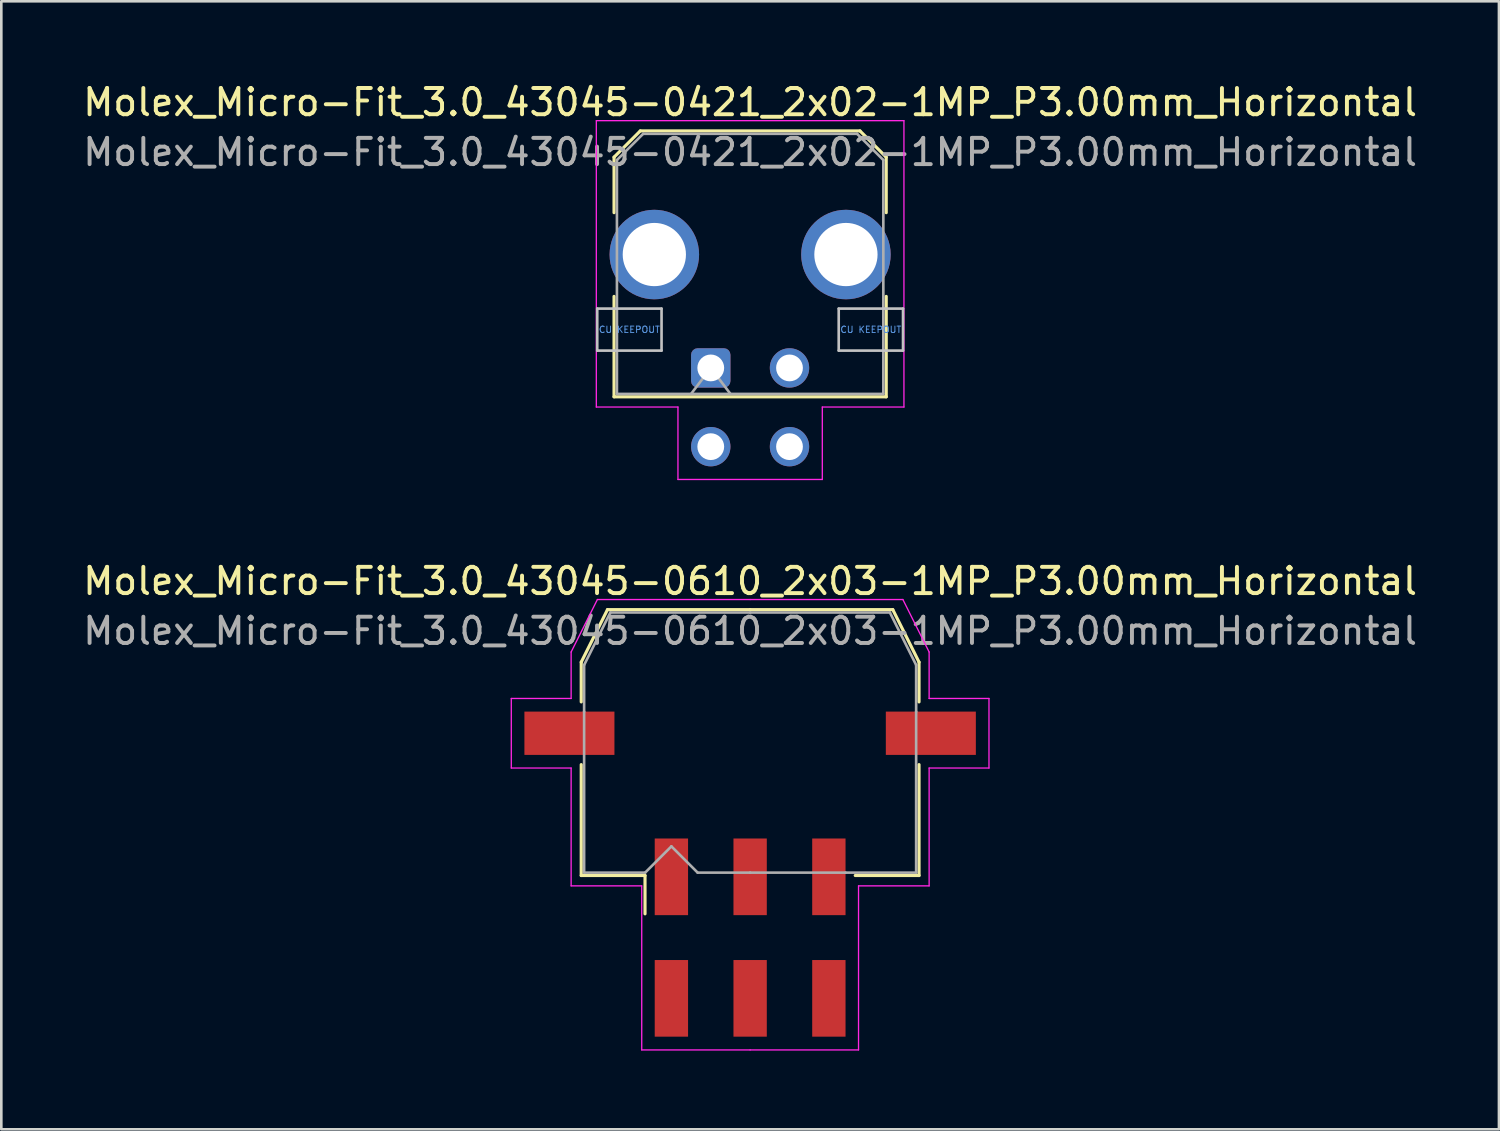
<source format=kicad_pcb>
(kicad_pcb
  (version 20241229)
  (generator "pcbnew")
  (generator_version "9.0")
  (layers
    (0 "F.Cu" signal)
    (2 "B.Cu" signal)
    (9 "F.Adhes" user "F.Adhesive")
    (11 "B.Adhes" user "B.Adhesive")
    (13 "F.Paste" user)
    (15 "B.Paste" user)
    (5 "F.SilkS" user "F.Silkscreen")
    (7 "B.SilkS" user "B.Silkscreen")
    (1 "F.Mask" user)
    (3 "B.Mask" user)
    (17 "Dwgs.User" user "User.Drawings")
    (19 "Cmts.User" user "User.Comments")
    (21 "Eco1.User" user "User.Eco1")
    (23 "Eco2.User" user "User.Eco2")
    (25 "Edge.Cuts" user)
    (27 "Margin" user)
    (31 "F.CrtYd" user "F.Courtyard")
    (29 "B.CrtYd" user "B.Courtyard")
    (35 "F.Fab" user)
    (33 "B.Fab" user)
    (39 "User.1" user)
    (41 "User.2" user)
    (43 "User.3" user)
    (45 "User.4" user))
  (footprint "Molex_Micro-Fit_3.0_43045-0421_2x02-1MP_P3.00mm_Horizontal"
    (layer "F.Cu")
    (at 24.03 10.968)
    (property "Reference" "Molex_Micro-Fit_3.0_43045-0421_2x02-1MP_P3.00mm_Horizontal" (at 1.5 -10.12 0) (layer "F.SilkS") (effects (font (size 1 1) (thickness 0.15))))
    (attr through_hole)
    (fp_line (start -3.685 -8.03) (end -2.685 -9.03) (stroke (width 0.12) (type solid)) (layer "F.SilkS"))
    (fp_line (start -3.685 -5.915) (end -3.685 -8.03) (stroke (width 0.12) (type solid)) (layer "F.SilkS"))
    (fp_line (start -3.685 -2.725) (end -3.685 1.1) (stroke (width 0.12) (type solid)) (layer "F.SilkS"))
    (fp_line (start -3.685 1.1) (end 6.685 1.1) (stroke (width 0.12) (type solid)) (layer "F.SilkS"))
    (fp_line (start -2.685 -9.03) (end 5.685 -9.03) (stroke (width 0.12) (type solid)) (layer "F.SilkS"))
    (fp_line (start 5.685 -9.03) (end 6.685 -8.03) (stroke (width 0.12) (type solid)) (layer "F.SilkS"))
    (fp_line (start 6.685 -8.03) (end 6.685 -5.915) (stroke (width 0.12) (type solid)) (layer "F.SilkS"))
    (fp_line (start 6.685 1.1) (end 6.685 -2.725) (stroke (width 0.12) (type solid)) (layer "F.SilkS"))
    (fp_line (start -4.325 -2.26) (end -4.325 -0.66) (stroke (width 0.1) (type solid)) (layer "Dwgs.User"))
    (fp_line (start -4.325 -0.66) (end -1.875 -0.66) (stroke (width 0.1) (type solid)) (layer "Dwgs.User"))
    (fp_line (start -1.875 -2.26) (end -4.325 -2.26) (stroke (width 0.1) (type solid)) (layer "Dwgs.User"))
    (fp_line (start -1.875 -0.66) (end -1.875 -2.26) (stroke (width 0.1) (type solid)) (layer "Dwgs.User"))
    (fp_line (start 4.875 -2.26) (end 4.875 -0.66) (stroke (width 0.1) (type solid)) (layer "Dwgs.User"))
    (fp_line (start 4.875 -0.66) (end 7.325 -0.66) (stroke (width 0.1) (type solid)) (layer "Dwgs.User"))
    (fp_line (start 7.325 -2.26) (end 4.875 -2.26) (stroke (width 0.1) (type solid)) (layer "Dwgs.User"))
    (fp_line (start 7.325 -0.66) (end 7.325 -2.26) (stroke (width 0.1) (type solid)) (layer "Dwgs.User"))
    (fp_line (start -4.36 -9.42) (end 7.36 -9.42) (stroke (width 0.05) (type solid)) (layer "F.CrtYd"))
    (fp_line (start -4.36 1.49) (end -4.36 -9.42) (stroke (width 0.05) (type solid)) (layer "F.CrtYd"))
    (fp_line (start -1.25 1.49) (end -4.36 1.49) (stroke (width 0.05) (type solid)) (layer "F.CrtYd"))
    (fp_line (start -1.25 4.25) (end -1.25 1.49) (stroke (width 0.05) (type solid)) (layer "F.CrtYd"))
    (fp_line (start 4.25 1.49) (end 4.25 4.25) (stroke (width 0.05) (type solid)) (layer "F.CrtYd"))
    (fp_line (start 4.25 4.25) (end -1.25 4.25) (stroke (width 0.05) (type solid)) (layer "F.CrtYd"))
    (fp_line (start 7.36 -9.42) (end 7.36 1.49) (stroke (width 0.05) (type solid)) (layer "F.CrtYd"))
    (fp_line (start 7.36 1.49) (end 4.25 1.49) (stroke (width 0.05) (type solid)) (layer "F.CrtYd"))
    (fp_line (start -3.575 -7.92) (end -2.575 -8.92) (stroke (width 0.1) (type solid)) (layer "F.Fab"))
    (fp_line (start -3.575 0.99) (end -3.575 -7.92) (stroke (width 0.1) (type solid)) (layer "F.Fab"))
    (fp_line (start -2.575 -8.92) (end 5.575 -8.92) (stroke (width 0.1) (type solid)) (layer "F.Fab"))
    (fp_line (start -0.75 0.99) (end 0 0) (stroke (width 0.1) (type solid)) (layer "F.Fab"))
    (fp_line (start 0 0) (end 0.75 0.99) (stroke (width 0.1) (type solid)) (layer "F.Fab"))
    (fp_line (start 5.575 -8.92) (end 6.575 -7.92) (stroke (width 0.1) (type solid)) (layer "F.Fab"))
    (fp_line (start 6.575 -7.92) (end 6.575 0.99) (stroke (width 0.1) (type solid)) (layer "F.Fab"))
    (fp_line (start 6.575 0.99) (end -3.575 0.99) (stroke (width 0.1) (type solid)) (layer "F.Fab"))
    (fp_text user "CU KEEPOUT" (at 6.1 -1.46 0) (layer "Cmts.User") (effects (font (size 0.245 0.245) (thickness 0.037))))
    (fp_text user "CU KEEPOUT" (at -3.1 -1.46 0) (layer "Cmts.User") (effects (font (size 0.245 0.245) (thickness 0.037))))
    (fp_text user "${REFERENCE}" (at 1.5 -8.22 0) (layer "F.Fab") (effects (font (size 1 1) (thickness 0.15))))
    (pad "1" thru_hole roundrect (at 0 0) (size 1.5 1.5) (drill 1.02) (layers "*.Cu" "*.Mask") (roundrect_rratio 0.167))
    (pad "2" thru_hole circle (at 3 0) (size 1.5 1.5) (drill 1.02) (layers "*.Cu" "*.Mask"))
    (pad "3" thru_hole circle (at 0 3) (size 1.5 1.5) (drill 1.02) (layers "*.Cu" "*.Mask"))
    (pad "4" thru_hole circle (at 3 3) (size 1.5 1.5) (drill 1.02) (layers "*.Cu" "*.Mask"))
    (pad "MP" thru_hole circle (at -2.15 -4.32) (size 3.41 3.41) (drill 2.41) (layers "*.Cu" "*.Mask"))
    (pad "MP" thru_hole circle (at 5.15 -4.32) (size 3.41 3.41) (drill 2.41) (layers "*.Cu" "*.Mask")))
  (footprint "Molex_Micro-Fit_3.0_43045-0610_2x03-1MP_P3.00mm_Horizontal"
    (layer "F.Cu")
    (at 25.53 32.672)
    (property "Reference" "Molex_Micro-Fit_3.0_43045-0610_2x03-1MP_P3.00mm_Horizontal" (at 0 -13.58 0) (layer "F.SilkS") (effects (font (size 1 1) (thickness 0.15))))
    (attr smd)
    (fp_line (start -6.435 -10.495) (end -6.435 -8.98) (stroke (width 0.12) (type solid)) (layer "F.SilkS"))
    (fp_line (start -6.435 -6.59) (end -6.435 -2.365) (stroke (width 0.12) (type solid)) (layer "F.SilkS"))
    (fp_line (start -6.435 -2.365) (end -4.005 -2.365) (stroke (width 0.12) (type solid)) (layer "F.SilkS"))
    (fp_line (start -5.435 -12.495) (end -6.435 -10.495) (stroke (width 0.12) (type solid)) (layer "F.SilkS"))
    (fp_line (start -4.005 -2.365) (end -4.005 -0.905) (stroke (width 0.12) (type solid)) (layer "F.SilkS"))
    (fp_line (start 0 -12.495) (end -5.435 -12.495) (stroke (width 0.12) (type solid)) (layer "F.SilkS"))
    (fp_line (start 0 -12.495) (end 5.435 -12.495) (stroke (width 0.12) (type solid)) (layer "F.SilkS"))
    (fp_line (start 5.435 -12.495) (end 6.435 -10.495) (stroke (width 0.12) (type solid)) (layer "F.SilkS"))
    (fp_line (start 6.435 -10.495) (end 6.435 -8.98) (stroke (width 0.12) (type solid)) (layer "F.SilkS"))
    (fp_line (start 6.435 -6.59) (end 6.435 -2.365) (stroke (width 0.12) (type solid)) (layer "F.SilkS"))
    (fp_line (start 6.435 -2.365) (end 4.005 -2.365) (stroke (width 0.12) (type solid)) (layer "F.SilkS"))
    (fp_line (start -9.1 -9.11) (end -9.1 -6.46) (stroke (width 0.05) (type solid)) (layer "F.CrtYd"))
    (fp_line (start -9.1 -6.46) (end -6.82 -6.46) (stroke (width 0.05) (type solid)) (layer "F.CrtYd"))
    (fp_line (start -6.82 -10.88) (end -6.82 -9.11) (stroke (width 0.05) (type solid)) (layer "F.CrtYd"))
    (fp_line (start -6.82 -9.11) (end -9.1 -9.11) (stroke (width 0.05) (type solid)) (layer "F.CrtYd"))
    (fp_line (start -6.82 -6.46) (end -6.82 -1.97) (stroke (width 0.05) (type solid)) (layer "F.CrtYd"))
    (fp_line (start -6.82 -1.97) (end -4.13 -1.97) (stroke (width 0.05) (type solid)) (layer "F.CrtYd"))
    (fp_line (start -5.82 -12.88) (end -6.82 -10.88) (stroke (width 0.05) (type solid)) (layer "F.CrtYd"))
    (fp_line (start -4.13 -1.97) (end -4.13 4.28) (stroke (width 0.05) (type solid)) (layer "F.CrtYd"))
    (fp_line (start -4.13 4.28) (end 0 4.28) (stroke (width 0.05) (type solid)) (layer "F.CrtYd"))
    (fp_line (start 0 -12.88) (end -5.82 -12.88) (stroke (width 0.05) (type solid)) (layer "F.CrtYd"))
    (fp_line (start 0 -12.88) (end 5.82 -12.88) (stroke (width 0.05) (type solid)) (layer "F.CrtYd"))
    (fp_line (start 4.13 -1.97) (end 4.13 4.28) (stroke (width 0.05) (type solid)) (layer "F.CrtYd"))
    (fp_line (start 4.13 4.28) (end 0 4.28) (stroke (width 0.05) (type solid)) (layer "F.CrtYd"))
    (fp_line (start 5.82 -12.88) (end 6.82 -10.88) (stroke (width 0.05) (type solid)) (layer "F.CrtYd"))
    (fp_line (start 6.82 -10.88) (end 6.82 -9.11) (stroke (width 0.05) (type solid)) (layer "F.CrtYd"))
    (fp_line (start 6.82 -9.11) (end 9.1 -9.11) (stroke (width 0.05) (type solid)) (layer "F.CrtYd"))
    (fp_line (start 6.82 -6.46) (end 6.82 -1.97) (stroke (width 0.05) (type solid)) (layer "F.CrtYd"))
    (fp_line (start 6.82 -1.97) (end 4.13 -1.97) (stroke (width 0.05) (type solid)) (layer "F.CrtYd"))
    (fp_line (start 9.1 -9.11) (end 9.1 -6.46) (stroke (width 0.05) (type solid)) (layer "F.CrtYd"))
    (fp_line (start 9.1 -6.46) (end 6.82 -6.46) (stroke (width 0.05) (type solid)) (layer "F.CrtYd"))
    (fp_line (start -6.325 -10.385) (end -6.325 -8.61) (stroke (width 0.1) (type solid)) (layer "F.Fab"))
    (fp_line (start -6.325 -8.61) (end -6.325 -2.475) (stroke (width 0.1) (type solid)) (layer "F.Fab"))
    (fp_line (start -6.325 -2.475) (end -4 -2.475) (stroke (width 0.1) (type solid)) (layer "F.Fab"))
    (fp_line (start -5.325 -12.385) (end -6.325 -10.385) (stroke (width 0.1) (type solid)) (layer "F.Fab"))
    (fp_line (start -4 -2.475) (end -3 -3.475) (stroke (width 0.1) (type solid)) (layer "F.Fab"))
    (fp_line (start -3 -3.475) (end -2 -2.475) (stroke (width 0.1) (type solid)) (layer "F.Fab"))
    (fp_line (start -2 -2.475) (end 0 -2.475) (stroke (width 0.1) (type solid)) (layer "F.Fab"))
    (fp_line (start 0 -12.385) (end -5.325 -12.385) (stroke (width 0.1) (type solid)) (layer "F.Fab"))
    (fp_line (start 0 -12.385) (end 5.325 -12.385) (stroke (width 0.1) (type solid)) (layer "F.Fab"))
    (fp_line (start 3.635 -2.475) (end 0 -2.475) (stroke (width 0.1) (type solid)) (layer "F.Fab"))
    (fp_line (start 5.325 -12.385) (end 6.325 -10.385) (stroke (width 0.1) (type solid)) (layer "F.Fab"))
    (fp_line (start 6.325 -10.385) (end 6.325 -8.61) (stroke (width 0.1) (type solid)) (layer "F.Fab"))
    (fp_line (start 6.325 -8.61) (end 6.325 -2.475) (stroke (width 0.1) (type solid)) (layer "F.Fab"))
    (fp_line (start 6.325 -2.475) (end 3.635 -2.475) (stroke (width 0.1) (type solid)) (layer "F.Fab"))
    (fp_text user "${REFERENCE}" (at 0 -11.68 0) (layer "F.Fab") (effects (font (size 1 1) (thickness 0.15))))
    (pad "1" smd rect (at -3 -2.315) (size 1.27 2.92) (layers "F.Cu" "F.Mask" "F.Paste"))
    (pad "2" smd rect (at 0 -2.315) (size 1.27 2.92) (layers "F.Cu" "F.Mask" "F.Paste"))
    (pad "3" smd rect (at 3 -2.315) (size 1.27 2.92) (layers "F.Cu" "F.Mask" "F.Paste"))
    (pad "4" smd rect (at -3 2.315) (size 1.27 2.92) (layers "F.Cu" "F.Mask" "F.Paste"))
    (pad "5" smd rect (at 0 2.315) (size 1.27 2.92) (layers "F.Cu" "F.Mask" "F.Paste"))
    (pad "6" smd rect (at 3 2.315) (size 1.27 2.92) (layers "F.Cu" "F.Mask" "F.Paste"))
    (pad "MP" smd rect (at -6.885 -7.785) (size 3.43 1.65) (layers "F.Cu" "F.Mask" "F.Paste"))
    (pad "MP" smd rect (at 6.885 -7.785) (size 3.43 1.65) (layers "F.Cu" "F.Mask" "F.Paste")))
  (gr_rect
    (start -3 -3)
    (end 54.06 39.977)
    (stroke (width 0.1) (type default))
    (fill no)
    (layer "Edge.Cuts")))
</source>
